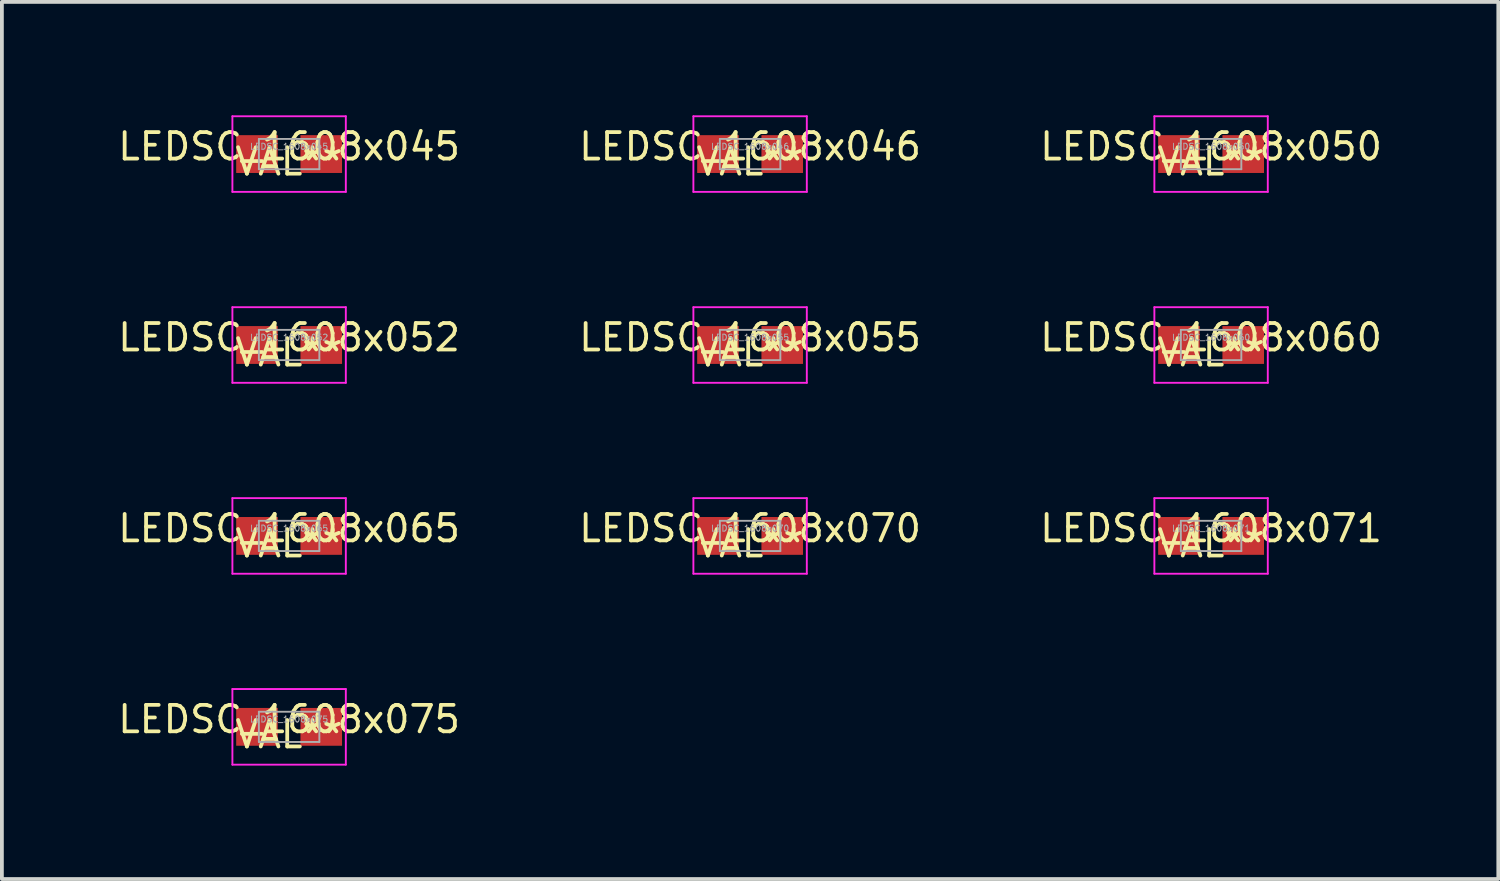
<source format=kicad_pcb>
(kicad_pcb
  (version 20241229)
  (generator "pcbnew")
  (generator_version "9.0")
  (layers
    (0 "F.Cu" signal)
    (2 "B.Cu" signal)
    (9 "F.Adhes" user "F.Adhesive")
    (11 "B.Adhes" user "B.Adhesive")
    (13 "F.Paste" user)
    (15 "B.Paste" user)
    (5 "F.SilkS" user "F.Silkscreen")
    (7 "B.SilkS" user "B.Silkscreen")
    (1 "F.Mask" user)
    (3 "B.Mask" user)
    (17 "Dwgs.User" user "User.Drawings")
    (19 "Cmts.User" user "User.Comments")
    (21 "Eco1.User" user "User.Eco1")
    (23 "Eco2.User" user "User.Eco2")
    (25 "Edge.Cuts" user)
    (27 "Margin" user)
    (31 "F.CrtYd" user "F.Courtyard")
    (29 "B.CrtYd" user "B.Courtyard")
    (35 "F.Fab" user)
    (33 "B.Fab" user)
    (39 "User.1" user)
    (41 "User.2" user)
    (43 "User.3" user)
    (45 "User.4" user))
  (footprint "LEDSC_1608x046"
    (layer "F.Cu")
    (at 16.79 1.025)
    (property "Reference" "LEDSC_1608x046" (at 0 -0.2 0) (layer "F.Fab") (effects (font (size 0.16 0.16) (thickness 0.024))))
    (property "Value" "VAL**" (at 0 0.2 0) (layer "F.Fab") (hide yes) (effects (font (size 0.16 0.16) (thickness 0.024))))
    (attr smd)
    (fp_line (start -1.5 -1) (end 1.5 -1) (stroke (width 0.05) (type solid)) (layer "F.CrtYd"))
    (fp_line (start -1.5 1) (end -1.5 -1) (stroke (width 0.05) (type solid)) (layer "F.CrtYd"))
    (fp_line (start 1.5 -1) (end 1.5 1) (stroke (width 0.05) (type solid)) (layer "F.CrtYd"))
    (fp_line (start 1.5 1) (end -1.5 1) (stroke (width 0.05) (type solid)) (layer "F.CrtYd"))
    (fp_line (start -0.8 -0.4) (end 0.8 -0.4) (stroke (width 0.05) (type solid)) (layer "F.Fab"))
    (fp_line (start -0.8 0.4) (end -0.8 -0.4) (stroke (width 0.05) (type solid)) (layer "F.Fab"))
    (fp_line (start 0.8 -0.4) (end 0.8 0.4) (stroke (width 0.05) (type solid)) (layer "F.Fab"))
    (fp_line (start 0.8 0.4) (end -0.8 0.4) (stroke (width 0.05) (type solid)) (layer "F.Fab"))
    (fp_text user "${VALUE}" (at 0 0.2 0) (layer "F.SilkS") (effects (font (size 0.7 0.7) (thickness 0.1))))
    (fp_text user "${REFERENCE}" (at 0 -0.2 0) (layer "F.SilkS") (effects (font (size 0.7 0.7) (thickness 0.1))))
    (pad "1" smd rect (at -0.85 0) (size 1.1 1) (layers "F.Cu" "F.Mask" "F.Paste"))
    (pad "2" smd rect (at 0.85 0) (size 1.1 1) (layers "F.Cu" "F.Mask" "F.Paste")))
  (footprint "LEDSC_1608x052"
    (layer "F.Cu")
    (at 4.597 6.075)
    (property "Reference" "LEDSC_1608x052" (at 0 -0.2 0) (layer "F.Fab") (effects (font (size 0.16 0.16) (thickness 0.024))))
    (property "Value" "VAL**" (at 0 0.2 0) (layer "F.Fab") (hide yes) (effects (font (size 0.16 0.16) (thickness 0.024))))
    (attr smd)
    (fp_line (start -1.5 -1) (end 1.5 -1) (stroke (width 0.05) (type solid)) (layer "F.CrtYd"))
    (fp_line (start -1.5 1) (end -1.5 -1) (stroke (width 0.05) (type solid)) (layer "F.CrtYd"))
    (fp_line (start 1.5 -1) (end 1.5 1) (stroke (width 0.05) (type solid)) (layer "F.CrtYd"))
    (fp_line (start 1.5 1) (end -1.5 1) (stroke (width 0.05) (type solid)) (layer "F.CrtYd"))
    (fp_line (start -0.8 -0.4) (end 0.8 -0.4) (stroke (width 0.05) (type solid)) (layer "F.Fab"))
    (fp_line (start -0.8 0.4) (end -0.8 -0.4) (stroke (width 0.05) (type solid)) (layer "F.Fab"))
    (fp_line (start 0.8 -0.4) (end 0.8 0.4) (stroke (width 0.05) (type solid)) (layer "F.Fab"))
    (fp_line (start 0.8 0.4) (end -0.8 0.4) (stroke (width 0.05) (type solid)) (layer "F.Fab"))
    (fp_text user "${VALUE}" (at 0 0.2 0) (layer "F.SilkS") (effects (font (size 0.7 0.7) (thickness 0.1))))
    (fp_text user "${REFERENCE}" (at 0 -0.2 0) (layer "F.SilkS") (effects (font (size 0.7 0.7) (thickness 0.1))))
    (pad "1" smd rect (at -0.85 0) (size 1.1 1) (layers "F.Cu" "F.Mask" "F.Paste"))
    (pad "2" smd rect (at 0.85 0) (size 1.1 1) (layers "F.Cu" "F.Mask" "F.Paste")))
  (footprint "LEDSC_1608x050"
    (layer "F.Cu")
    (at 28.983 1.025)
    (property "Reference" "LEDSC_1608x050" (at 0 -0.2 0) (layer "F.Fab") (effects (font (size 0.16 0.16) (thickness 0.024))))
    (property "Value" "VAL**" (at 0 0.2 0) (layer "F.Fab") (hide yes) (effects (font (size 0.16 0.16) (thickness 0.024))))
    (attr smd)
    (fp_line (start -1.5 -1) (end 1.5 -1) (stroke (width 0.05) (type solid)) (layer "F.CrtYd"))
    (fp_line (start -1.5 1) (end -1.5 -1) (stroke (width 0.05) (type solid)) (layer "F.CrtYd"))
    (fp_line (start 1.5 -1) (end 1.5 1) (stroke (width 0.05) (type solid)) (layer "F.CrtYd"))
    (fp_line (start 1.5 1) (end -1.5 1) (stroke (width 0.05) (type solid)) (layer "F.CrtYd"))
    (fp_line (start -0.8 -0.4) (end 0.8 -0.4) (stroke (width 0.05) (type solid)) (layer "F.Fab"))
    (fp_line (start -0.8 0.4) (end -0.8 -0.4) (stroke (width 0.05) (type solid)) (layer "F.Fab"))
    (fp_line (start 0.8 -0.4) (end 0.8 0.4) (stroke (width 0.05) (type solid)) (layer "F.Fab"))
    (fp_line (start 0.8 0.4) (end -0.8 0.4) (stroke (width 0.05) (type solid)) (layer "F.Fab"))
    (fp_text user "${REFERENCE}" (at 0 -0.2 0) (layer "F.SilkS") (effects (font (size 0.7 0.7) (thickness 0.1))))
    (fp_text user "${VALUE}" (at 0 0.2 0) (layer "F.SilkS") (effects (font (size 0.7 0.7) (thickness 0.1))))
    (pad "1" smd rect (at -0.85 0) (size 1.1 1) (layers "F.Cu" "F.Mask" "F.Paste"))
    (pad "2" smd rect (at 0.85 0) (size 1.1 1) (layers "F.Cu" "F.Mask" "F.Paste")))
  (footprint "LEDSC_1608x060"
    (layer "F.Cu")
    (at 28.983 6.075)
    (property "Reference" "LEDSC_1608x060" (at 0 -0.2 0) (layer "F.Fab") (effects (font (size 0.16 0.16) (thickness 0.024))))
    (property "Value" "VAL**" (at 0 0.2 0) (layer "F.Fab") (hide yes) (effects (font (size 0.16 0.16) (thickness 0.024))))
    (attr smd)
    (fp_line (start -1.5 -1) (end 1.5 -1) (stroke (width 0.05) (type solid)) (layer "F.CrtYd"))
    (fp_line (start -1.5 1) (end -1.5 -1) (stroke (width 0.05) (type solid)) (layer "F.CrtYd"))
    (fp_line (start 1.5 -1) (end 1.5 1) (stroke (width 0.05) (type solid)) (layer "F.CrtYd"))
    (fp_line (start 1.5 1) (end -1.5 1) (stroke (width 0.05) (type solid)) (layer "F.CrtYd"))
    (fp_line (start -0.8 -0.4) (end 0.8 -0.4) (stroke (width 0.05) (type solid)) (layer "F.Fab"))
    (fp_line (start -0.8 0.4) (end -0.8 -0.4) (stroke (width 0.05) (type solid)) (layer "F.Fab"))
    (fp_line (start 0.8 -0.4) (end 0.8 0.4) (stroke (width 0.05) (type solid)) (layer "F.Fab"))
    (fp_line (start 0.8 0.4) (end -0.8 0.4) (stroke (width 0.05) (type solid)) (layer "F.Fab"))
    (fp_text user "${REFERENCE}" (at 0 -0.2 0) (layer "F.SilkS") (effects (font (size 0.7 0.7) (thickness 0.1))))
    (fp_text user "${VALUE}" (at 0 0.2 0) (layer "F.SilkS") (effects (font (size 0.7 0.7) (thickness 0.1))))
    (pad "1" smd rect (at -0.85 0) (size 1.1 1) (layers "F.Cu" "F.Mask" "F.Paste"))
    (pad "2" smd rect (at 0.85 0) (size 1.1 1) (layers "F.Cu" "F.Mask" "F.Paste")))
  (footprint "LEDSC_1608x070"
    (layer "F.Cu")
    (at 16.79 11.125)
    (property "Reference" "LEDSC_1608x070" (at 0 -0.2 0) (layer "F.Fab") (effects (font (size 0.16 0.16) (thickness 0.024))))
    (property "Value" "VAL**" (at 0 0.2 0) (layer "F.Fab") (hide yes) (effects (font (size 0.16 0.16) (thickness 0.024))))
    (attr smd)
    (fp_line (start -1.5 -1) (end 1.5 -1) (stroke (width 0.05) (type solid)) (layer "F.CrtYd"))
    (fp_line (start -1.5 1) (end -1.5 -1) (stroke (width 0.05) (type solid)) (layer "F.CrtYd"))
    (fp_line (start 1.5 -1) (end 1.5 1) (stroke (width 0.05) (type solid)) (layer "F.CrtYd"))
    (fp_line (start 1.5 1) (end -1.5 1) (stroke (width 0.05) (type solid)) (layer "F.CrtYd"))
    (fp_line (start -0.8 -0.4) (end 0.8 -0.4) (stroke (width 0.05) (type solid)) (layer "F.Fab"))
    (fp_line (start -0.8 0.4) (end -0.8 -0.4) (stroke (width 0.05) (type solid)) (layer "F.Fab"))
    (fp_line (start 0.8 -0.4) (end 0.8 0.4) (stroke (width 0.05) (type solid)) (layer "F.Fab"))
    (fp_line (start 0.8 0.4) (end -0.8 0.4) (stroke (width 0.05) (type solid)) (layer "F.Fab"))
    (fp_text user "${VALUE}" (at 0 0.2 0) (layer "F.SilkS") (effects (font (size 0.7 0.7) (thickness 0.1))))
    (fp_text user "${REFERENCE}" (at 0 -0.2 0) (layer "F.SilkS") (effects (font (size 0.7 0.7) (thickness 0.1))))
    (pad "1" smd rect (at -0.85 0) (size 1.1 1) (layers "F.Cu" "F.Mask" "F.Paste"))
    (pad "2" smd rect (at 0.85 0) (size 1.1 1) (layers "F.Cu" "F.Mask" "F.Paste")))
  (footprint "LEDSC_1608x065"
    (layer "F.Cu")
    (at 4.597 11.125)
    (property "Reference" "LEDSC_1608x065" (at 0 -0.2 0) (layer "F.Fab") (effects (font (size 0.16 0.16) (thickness 0.024))))
    (property "Value" "VAL**" (at 0 0.2 0) (layer "F.Fab") (hide yes) (effects (font (size 0.16 0.16) (thickness 0.024))))
    (attr smd)
    (fp_line (start -1.5 -1) (end 1.5 -1) (stroke (width 0.05) (type solid)) (layer "F.CrtYd"))
    (fp_line (start -1.5 1) (end -1.5 -1) (stroke (width 0.05) (type solid)) (layer "F.CrtYd"))
    (fp_line (start 1.5 -1) (end 1.5 1) (stroke (width 0.05) (type solid)) (layer "F.CrtYd"))
    (fp_line (start 1.5 1) (end -1.5 1) (stroke (width 0.05) (type solid)) (layer "F.CrtYd"))
    (fp_line (start -0.8 -0.4) (end 0.8 -0.4) (stroke (width 0.05) (type solid)) (layer "F.Fab"))
    (fp_line (start -0.8 0.4) (end -0.8 -0.4) (stroke (width 0.05) (type solid)) (layer "F.Fab"))
    (fp_line (start 0.8 -0.4) (end 0.8 0.4) (stroke (width 0.05) (type solid)) (layer "F.Fab"))
    (fp_line (start 0.8 0.4) (end -0.8 0.4) (stroke (width 0.05) (type solid)) (layer "F.Fab"))
    (fp_text user "${REFERENCE}" (at 0 -0.2 0) (layer "F.SilkS") (effects (font (size 0.7 0.7) (thickness 0.1))))
    (fp_text user "${VALUE}" (at 0 0.2 0) (layer "F.SilkS") (effects (font (size 0.7 0.7) (thickness 0.1))))
    (pad "1" smd rect (at -0.85 0) (size 1.1 1) (layers "F.Cu" "F.Mask" "F.Paste"))
    (pad "2" smd rect (at 0.85 0) (size 1.1 1) (layers "F.Cu" "F.Mask" "F.Paste")))
  (footprint "LEDSC_1608x055"
    (layer "F.Cu")
    (at 16.79 6.075)
    (property "Reference" "LEDSC_1608x055" (at 0 -0.2 0) (layer "F.Fab") (effects (font (size 0.16 0.16) (thickness 0.024))))
    (property "Value" "VAL**" (at 0 0.2 0) (layer "F.Fab") (hide yes) (effects (font (size 0.16 0.16) (thickness 0.024))))
    (attr smd)
    (fp_line (start -1.5 -1) (end 1.5 -1) (stroke (width 0.05) (type solid)) (layer "F.CrtYd"))
    (fp_line (start -1.5 1) (end -1.5 -1) (stroke (width 0.05) (type solid)) (layer "F.CrtYd"))
    (fp_line (start 1.5 -1) (end 1.5 1) (stroke (width 0.05) (type solid)) (layer "F.CrtYd"))
    (fp_line (start 1.5 1) (end -1.5 1) (stroke (width 0.05) (type solid)) (layer "F.CrtYd"))
    (fp_line (start -0.8 -0.4) (end 0.8 -0.4) (stroke (width 0.05) (type solid)) (layer "F.Fab"))
    (fp_line (start -0.8 0.4) (end -0.8 -0.4) (stroke (width 0.05) (type solid)) (layer "F.Fab"))
    (fp_line (start 0.8 -0.4) (end 0.8 0.4) (stroke (width 0.05) (type solid)) (layer "F.Fab"))
    (fp_line (start 0.8 0.4) (end -0.8 0.4) (stroke (width 0.05) (type solid)) (layer "F.Fab"))
    (fp_text user "${VALUE}" (at 0 0.2 0) (layer "F.SilkS") (effects (font (size 0.7 0.7) (thickness 0.1))))
    (fp_text user "${REFERENCE}" (at 0 -0.2 0) (layer "F.SilkS") (effects (font (size 0.7 0.7) (thickness 0.1))))
    (pad "1" smd rect (at -0.85 0) (size 1.1 1) (layers "F.Cu" "F.Mask" "F.Paste"))
    (pad "2" smd rect (at 0.85 0) (size 1.1 1) (layers "F.Cu" "F.Mask" "F.Paste")))
  (footprint "LEDSC_1608x045"
    (layer "F.Cu")
    (at 4.597 1.025)
    (property "Reference" "LEDSC_1608x045" (at 0 -0.2 0) (layer "F.Fab") (effects (font (size 0.16 0.16) (thickness 0.024))))
    (property "Value" "VAL**" (at 0 0.2 0) (layer "F.Fab") (hide yes) (effects (font (size 0.16 0.16) (thickness 0.024))))
    (attr smd)
    (fp_line (start -1.5 -1) (end 1.5 -1) (stroke (width 0.05) (type solid)) (layer "F.CrtYd"))
    (fp_line (start -1.5 1) (end -1.5 -1) (stroke (width 0.05) (type solid)) (layer "F.CrtYd"))
    (fp_line (start 1.5 -1) (end 1.5 1) (stroke (width 0.05) (type solid)) (layer "F.CrtYd"))
    (fp_line (start 1.5 1) (end -1.5 1) (stroke (width 0.05) (type solid)) (layer "F.CrtYd"))
    (fp_line (start -0.8 -0.4) (end 0.8 -0.4) (stroke (width 0.05) (type solid)) (layer "F.Fab"))
    (fp_line (start -0.8 0.4) (end -0.8 -0.4) (stroke (width 0.05) (type solid)) (layer "F.Fab"))
    (fp_line (start 0.8 -0.4) (end 0.8 0.4) (stroke (width 0.05) (type solid)) (layer "F.Fab"))
    (fp_line (start 0.8 0.4) (end -0.8 0.4) (stroke (width 0.05) (type solid)) (layer "F.Fab"))
    (fp_text user "${VALUE}" (at 0 0.2 0) (layer "F.SilkS") (effects (font (size 0.7 0.7) (thickness 0.1))))
    (fp_text user "${REFERENCE}" (at 0 -0.2 0) (layer "F.SilkS") (effects (font (size 0.7 0.7) (thickness 0.1))))
    (pad "1" smd rect (at -0.85 0) (size 1.1 1) (layers "F.Cu" "F.Mask" "F.Paste"))
    (pad "2" smd rect (at 0.85 0) (size 1.1 1) (layers "F.Cu" "F.Mask" "F.Paste")))
  (footprint "LEDSC_1608x071"
    (layer "F.Cu")
    (at 28.983 11.125)
    (property "Reference" "LEDSC_1608x071" (at 0 -0.2 0) (layer "F.Fab") (effects (font (size 0.16 0.16) (thickness 0.024))))
    (property "Value" "VAL**" (at 0 0.2 0) (layer "F.Fab") (hide yes) (effects (font (size 0.16 0.16) (thickness 0.024))))
    (attr smd)
    (fp_line (start -1.5 -1) (end 1.5 -1) (stroke (width 0.05) (type solid)) (layer "F.CrtYd"))
    (fp_line (start -1.5 1) (end -1.5 -1) (stroke (width 0.05) (type solid)) (layer "F.CrtYd"))
    (fp_line (start 1.5 -1) (end 1.5 1) (stroke (width 0.05) (type solid)) (layer "F.CrtYd"))
    (fp_line (start 1.5 1) (end -1.5 1) (stroke (width 0.05) (type solid)) (layer "F.CrtYd"))
    (fp_line (start -0.8 -0.4) (end 0.8 -0.4) (stroke (width 0.05) (type solid)) (layer "F.Fab"))
    (fp_line (start -0.8 0.4) (end -0.8 -0.4) (stroke (width 0.05) (type solid)) (layer "F.Fab"))
    (fp_line (start 0.8 -0.4) (end 0.8 0.4) (stroke (width 0.05) (type solid)) (layer "F.Fab"))
    (fp_line (start 0.8 0.4) (end -0.8 0.4) (stroke (width 0.05) (type solid)) (layer "F.Fab"))
    (fp_text user "${REFERENCE}" (at 0 -0.2 0) (layer "F.SilkS") (effects (font (size 0.7 0.7) (thickness 0.1))))
    (fp_text user "${VALUE}" (at 0 0.2 0) (layer "F.SilkS") (effects (font (size 0.7 0.7) (thickness 0.1))))
    (pad "1" smd rect (at -0.85 0) (size 1.1 1) (layers "F.Cu" "F.Mask" "F.Paste"))
    (pad "2" smd rect (at 0.85 0) (size 1.1 1) (layers "F.Cu" "F.Mask" "F.Paste")))
  (footprint "LEDSC_1608x075"
    (layer "F.Cu")
    (at 4.597 16.175)
    (property "Reference" "LEDSC_1608x075" (at 0 -0.2 0) (layer "F.Fab") (effects (font (size 0.16 0.16) (thickness 0.024))))
    (property "Value" "VAL**" (at 0 0.2 0) (layer "F.Fab") (hide yes) (effects (font (size 0.16 0.16) (thickness 0.024))))
    (attr smd)
    (fp_line (start -1.5 -1) (end 1.5 -1) (stroke (width 0.05) (type solid)) (layer "F.CrtYd"))
    (fp_line (start -1.5 1) (end -1.5 -1) (stroke (width 0.05) (type solid)) (layer "F.CrtYd"))
    (fp_line (start 1.5 -1) (end 1.5 1) (stroke (width 0.05) (type solid)) (layer "F.CrtYd"))
    (fp_line (start 1.5 1) (end -1.5 1) (stroke (width 0.05) (type solid)) (layer "F.CrtYd"))
    (fp_line (start -0.8 -0.4) (end 0.8 -0.4) (stroke (width 0.05) (type solid)) (layer "F.Fab"))
    (fp_line (start -0.8 0.4) (end -0.8 -0.4) (stroke (width 0.05) (type solid)) (layer "F.Fab"))
    (fp_line (start 0.8 -0.4) (end 0.8 0.4) (stroke (width 0.05) (type solid)) (layer "F.Fab"))
    (fp_line (start 0.8 0.4) (end -0.8 0.4) (stroke (width 0.05) (type solid)) (layer "F.Fab"))
    (fp_text user "${VALUE}" (at 0 0.2 0) (layer "F.SilkS") (effects (font (size 0.7 0.7) (thickness 0.1))))
    (fp_text user "${REFERENCE}" (at 0 -0.2 0) (layer "F.SilkS") (effects (font (size 0.7 0.7) (thickness 0.1))))
    (pad "1" smd rect (at -0.85 0) (size 1.1 1) (layers "F.Cu" "F.Mask" "F.Paste"))
    (pad "2" smd rect (at 0.85 0) (size 1.1 1) (layers "F.Cu" "F.Mask" "F.Paste")))
  (gr_rect
    (start -3 -3)
    (end 36.58 20.2)
    (stroke (width 0.1) (type default))
    (fill no)
    (layer "Edge.Cuts")))
</source>
